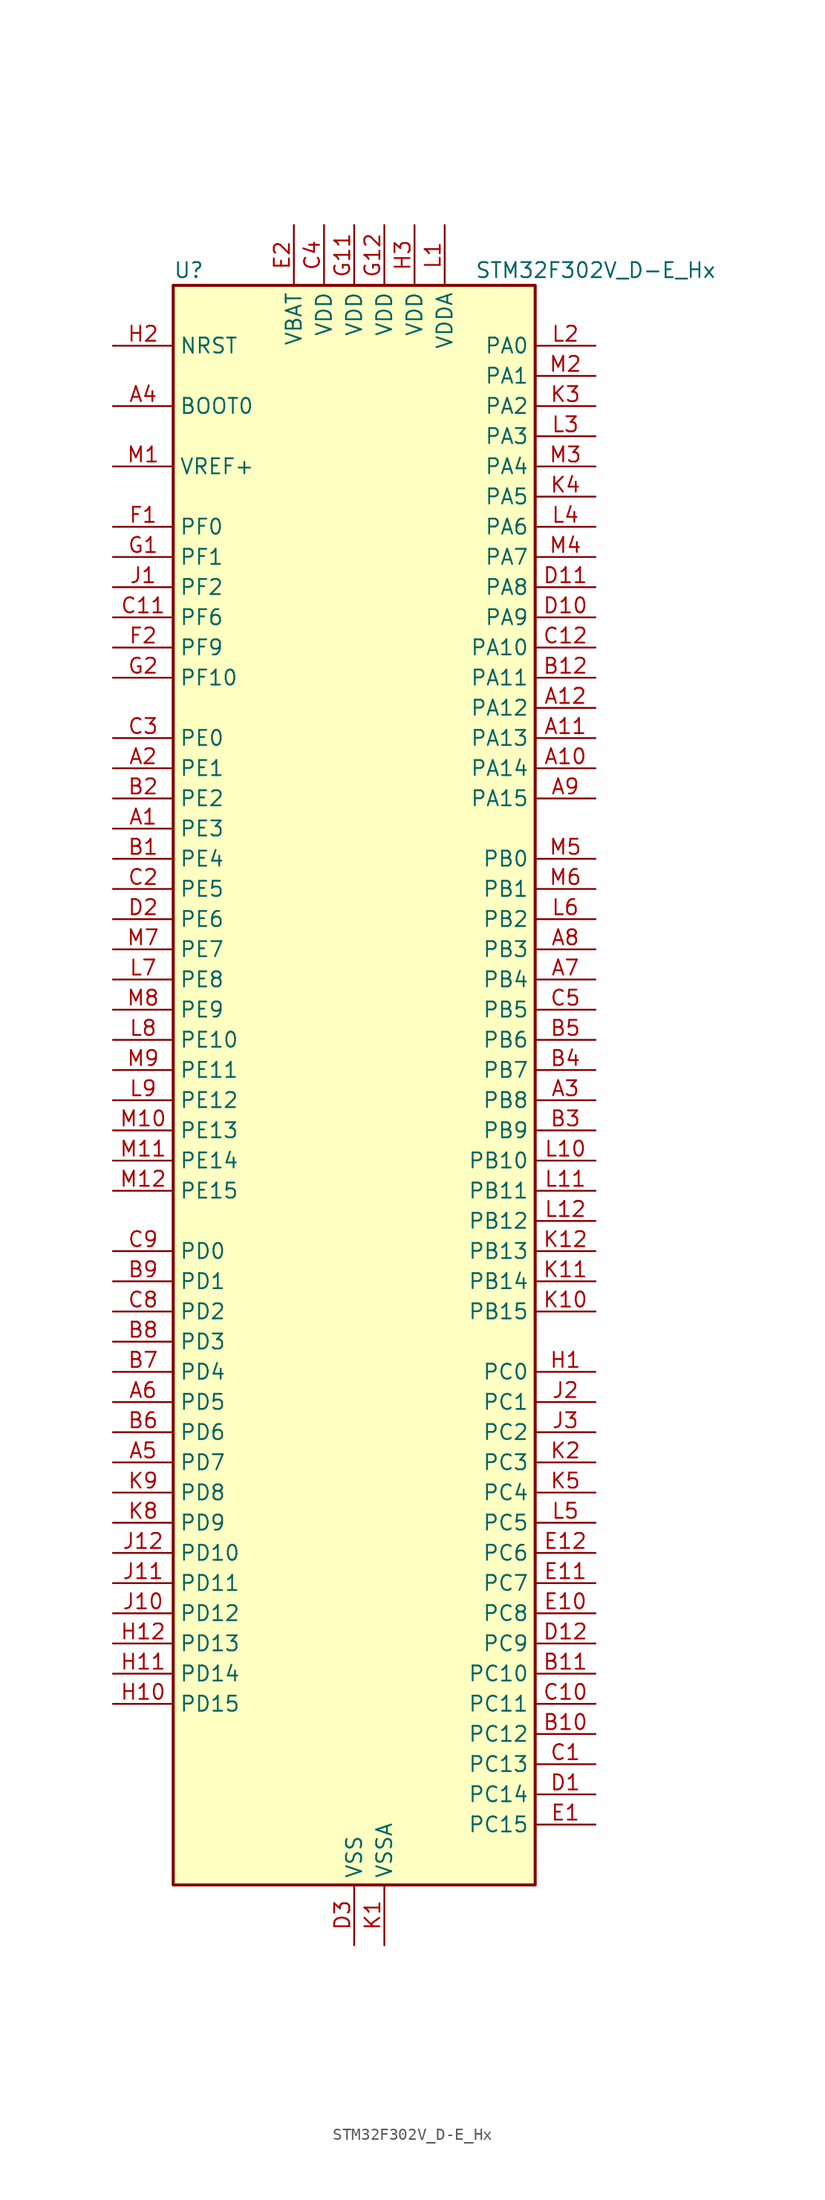
<source format=kicad_sym>
(kicad_symbol_lib
  (version 20241209)
  (generator "kicad_symbol_editor")
  (generator_version "9.0")
  (symbol "STM32F302V_D-E_Hx"
    (property "Reference" "U"
      (at -15.24 69.85 0)
      (effects (font (size 1.27 1.27)) (justify left)))
    (property "Value" "STM32F302V_D-E_Hx"
      (at 10.16 69.85 0)
      (effects (font (size 1.27 1.27)) (justify left)))
    (symbol "STM32F302V_D-E_Hx_0_1"
      (rectangle (start -15.24 -66.04) (end 15.24 68.58) (stroke (width 0.254) (type default)) (fill (type background))))
    (symbol "STM32F302V_D-E_Hx_1_1"
      (pin input line (at -20.32 63.5 0) (length 5.08) (name "NRST" (effects (font (size 1.27 1.27)))) (number "H2" (effects (font (size 1.27 1.27)))))
      (pin input line (at -20.32 58.42 0) (length 5.08) (name "BOOT0" (effects (font (size 1.27 1.27)))) (number "A4" (effects (font (size 1.27 1.27)))))
      (pin input line (at -20.32 53.34 0) (length 5.08) (name "VREF+" (effects (font (size 1.27 1.27)))) (number "M1" (effects (font (size 1.27 1.27)))))
      (pin bidirectional line (at -20.32 48.26 0) (length 5.08) (name "PF0" (effects (font (size 1.27 1.27)))) (number "F1" (effects (font (size 1.27 1.27)))) (alternate "I2C2_SDA" bidirectional line) (alternate "I2S2_WS" bidirectional line) (alternate "RCC_OSC_IN" bidirectional line) (alternate "SPI2_NSS" bidirectional line) (alternate "TIM1_CH3N" bidirectional line))
      (pin bidirectional line (at -20.32 45.72 0) (length 5.08) (name "PF1" (effects (font (size 1.27 1.27)))) (number "G1" (effects (font (size 1.27 1.27)))) (alternate "I2C2_SCL" bidirectional line) (alternate "I2S2_CK" bidirectional line) (alternate "RCC_OSC_OUT" bidirectional line) (alternate "SPI2_SCK" bidirectional line))
      (pin bidirectional line (at -20.32 43.18 0) (length 5.08) (name "PF2" (effects (font (size 1.27 1.27)))) (number "J1" (effects (font (size 1.27 1.27)))) (alternate "ADC1_IN10" bidirectional line) (alternate "ADC2_IN10" bidirectional line) (alternate "FMC_A2" bidirectional line))
      (pin bidirectional line (at -20.32 40.64 0) (length 5.08) (name "PF6" (effects (font (size 1.27 1.27)))) (number "C11" (effects (font (size 1.27 1.27)))) (alternate "FMC_NIORD" bidirectional line) (alternate "I2C2_SCL" bidirectional line) (alternate "TIM4_CH4" bidirectional line) (alternate "USART3_DE" bidirectional line) (alternate "USART3_RTS" bidirectional line))
      (pin bidirectional line (at -20.32 38.1 0) (length 5.08) (name "PF9" (effects (font (size 1.27 1.27)))) (number "F2" (effects (font (size 1.27 1.27)))) (alternate "DAC1_EXTI9" bidirectional line) (alternate "FMC_CD" bidirectional line) (alternate "SPI2_SCK" bidirectional line) (alternate "TIM15_CH1" bidirectional line))
      (pin bidirectional line (at -20.32 35.56 0) (length 5.08) (name "PF10" (effects (font (size 1.27 1.27)))) (number "G2" (effects (font (size 1.27 1.27)))) (alternate "FMC_INTR" bidirectional line) (alternate "SPI2_SCK" bidirectional line) (alternate "TIM15_CH2" bidirectional line))
      (pin bidirectional line (at -20.32 30.48 0) (length 5.08) (name "PE0" (effects (font (size 1.27 1.27)))) (number "C3" (effects (font (size 1.27 1.27)))) (alternate "FMC_NBL0" bidirectional line) (alternate "TIM16_CH1" bidirectional line) (alternate "TIM4_ETR" bidirectional line) (alternate "USART1_TX" bidirectional line))
      (pin bidirectional line (at -20.32 27.94 0) (length 5.08) (name "PE1" (effects (font (size 1.27 1.27)))) (number "A2" (effects (font (size 1.27 1.27)))) (alternate "FMC_NBL1" bidirectional line) (alternate "TIM17_CH1" bidirectional line) (alternate "USART1_RX" bidirectional line))
      (pin bidirectional line (at -20.32 25.4 0) (length 5.08) (name "PE2" (effects (font (size 1.27 1.27)))) (number "B2" (effects (font (size 1.27 1.27)))) (alternate "FMC_A23" bidirectional line) (alternate "SPI4_SCK" bidirectional line) (alternate "SYS_TRACECK" bidirectional line) (alternate "TIM3_CH1" bidirectional line) (alternate "TSC_G7_IO1" bidirectional line))
      (pin bidirectional line (at -20.32 22.86 0) (length 5.08) (name "PE3" (effects (font (size 1.27 1.27)))) (number "A1" (effects (font (size 1.27 1.27)))) (alternate "FMC_A19" bidirectional line) (alternate "SPI4_NSS" bidirectional line) (alternate "SYS_TRACED0" bidirectional line) (alternate "TIM3_CH2" bidirectional line) (alternate "TSC_G7_IO2" bidirectional line))
      (pin bidirectional line (at -20.32 20.32 0) (length 5.08) (name "PE4" (effects (font (size 1.27 1.27)))) (number "B1" (effects (font (size 1.27 1.27)))) (alternate "FMC_A20" bidirectional line) (alternate "SPI4_NSS" bidirectional line) (alternate "SYS_TRACED1" bidirectional line) (alternate "TIM3_CH3" bidirectional line) (alternate "TSC_G7_IO3" bidirectional line))
      (pin bidirectional line (at -20.32 17.78 0) (length 5.08) (name "PE5" (effects (font (size 1.27 1.27)))) (number "C2" (effects (font (size 1.27 1.27)))) (alternate "FMC_A21" bidirectional line) (alternate "SPI4_MISO" bidirectional line) (alternate "SYS_TRACED2" bidirectional line) (alternate "TIM3_CH4" bidirectional line) (alternate "TSC_G7_IO4" bidirectional line))
      (pin bidirectional line (at -20.32 15.24 0) (length 5.08) (name "PE6" (effects (font (size 1.27 1.27)))) (number "D2" (effects (font (size 1.27 1.27)))) (alternate "FMC_A22" bidirectional line) (alternate "RTC_TAMP3" bidirectional line) (alternate "SPI4_MOSI" bidirectional line) (alternate "SYS_TRACED3" bidirectional line) (alternate "SYS_WKUP3" bidirectional line))
      (pin bidirectional line (at -20.32 12.7 0) (length 5.08) (name "PE7" (effects (font (size 1.27 1.27)))) (number "M7" (effects (font (size 1.27 1.27)))) (alternate "FMC_D4" bidirectional line) (alternate "FMC_DA4" bidirectional line) (alternate "TIM1_ETR" bidirectional line))
      (pin bidirectional line (at -20.32 10.16 0) (length 5.08) (name "PE8" (effects (font (size 1.27 1.27)))) (number "L7" (effects (font (size 1.27 1.27)))) (alternate "COMP4_INM" bidirectional line) (alternate "FMC_D5" bidirectional line) (alternate "FMC_DA5" bidirectional line) (alternate "TIM1_CH1N" bidirectional line))
      (pin bidirectional line (at -20.32 7.62 0) (length 5.08) (name "PE9" (effects (font (size 1.27 1.27)))) (number "M8" (effects (font (size 1.27 1.27)))) (alternate "DAC1_EXTI9" bidirectional line) (alternate "FMC_D6" bidirectional line) (alternate "FMC_DA6" bidirectional line) (alternate "TIM1_CH1" bidirectional line))
      (pin bidirectional line (at -20.32 5.08 0) (length 5.08) (name "PE10" (effects (font (size 1.27 1.27)))) (number "L8" (effects (font (size 1.27 1.27)))) (alternate "FMC_D7" bidirectional line) (alternate "FMC_DA7" bidirectional line) (alternate "TIM1_CH2N" bidirectional line))
      (pin bidirectional line (at -20.32 2.54 0) (length 5.08) (name "PE11" (effects (font (size 1.27 1.27)))) (number "M9" (effects (font (size 1.27 1.27)))) (alternate "ADC1_EXTI11" bidirectional line) (alternate "ADC2_EXTI11" bidirectional line) (alternate "FMC_D8" bidirectional line) (alternate "FMC_DA8" bidirectional line) (alternate "SPI4_NSS" bidirectional line) (alternate "TIM1_CH2" bidirectional line))
      (pin bidirectional line (at -20.32 0 0) (length 5.08) (name "PE12" (effects (font (size 1.27 1.27)))) (number "L9" (effects (font (size 1.27 1.27)))) (alternate "FMC_D9" bidirectional line) (alternate "FMC_DA9" bidirectional line) (alternate "SPI4_SCK" bidirectional line) (alternate "TIM1_CH3N" bidirectional line))
      (pin bidirectional line (at -20.32 -2.54 0) (length 5.08) (name "PE13" (effects (font (size 1.27 1.27)))) (number "M10" (effects (font (size 1.27 1.27)))) (alternate "FMC_D10" bidirectional line) (alternate "FMC_DA10" bidirectional line) (alternate "SPI4_MISO" bidirectional line) (alternate "TIM1_CH3" bidirectional line))
      (pin bidirectional line (at -20.32 -5.08 0) (length 5.08) (name "PE14" (effects (font (size 1.27 1.27)))) (number "M11" (effects (font (size 1.27 1.27)))) (alternate "FMC_D11" bidirectional line) (alternate "FMC_DA11" bidirectional line) (alternate "SPI4_MOSI" bidirectional line) (alternate "TIM1_BKIN2" bidirectional line) (alternate "TIM1_CH4" bidirectional line))
      (pin bidirectional line (at -20.32 -7.62 0) (length 5.08) (name "PE15" (effects (font (size 1.27 1.27)))) (number "M12" (effects (font (size 1.27 1.27)))) (alternate "ADC1_EXTI15" bidirectional line) (alternate "ADC2_EXTI15" bidirectional line) (alternate "FMC_D12" bidirectional line) (alternate "FMC_DA12" bidirectional line) (alternate "TIM1_BKIN" bidirectional line) (alternate "USART3_RX" bidirectional line))
      (pin bidirectional line (at -20.32 -12.7 0) (length 5.08) (name "PD0" (effects (font (size 1.27 1.27)))) (number "C9" (effects (font (size 1.27 1.27)))) (alternate "CAN_RX" bidirectional line) (alternate "FMC_D2" bidirectional line) (alternate "FMC_DA2" bidirectional line))
      (pin bidirectional line (at -20.32 -15.24 0) (length 5.08) (name "PD1" (effects (font (size 1.27 1.27)))) (number "B9" (effects (font (size 1.27 1.27)))) (alternate "CAN_TX" bidirectional line) (alternate "FMC_D3" bidirectional line) (alternate "FMC_DA3" bidirectional line))
      (pin bidirectional line (at -20.32 -17.78 0) (length 5.08) (name "PD2" (effects (font (size 1.27 1.27)))) (number "C8" (effects (font (size 1.27 1.27)))) (alternate "TIM3_ETR" bidirectional line) (alternate "UART5_RX" bidirectional line))
      (pin bidirectional line (at -20.32 -20.32 0) (length 5.08) (name "PD3" (effects (font (size 1.27 1.27)))) (number "B8" (effects (font (size 1.27 1.27)))) (alternate "FMC_CLK" bidirectional line) (alternate "TIM2_CH1" bidirectional line) (alternate "TIM2_ETR" bidirectional line) (alternate "USART2_CTS" bidirectional line))
      (pin bidirectional line (at -20.32 -22.86 0) (length 5.08) (name "PD4" (effects (font (size 1.27 1.27)))) (number "B7" (effects (font (size 1.27 1.27)))) (alternate "FMC_NOE" bidirectional line) (alternate "TIM2_CH2" bidirectional line) (alternate "USART2_DE" bidirectional line) (alternate "USART2_RTS" bidirectional line))
      (pin bidirectional line (at -20.32 -25.4 0) (length 5.08) (name "PD5" (effects (font (size 1.27 1.27)))) (number "A6" (effects (font (size 1.27 1.27)))) (alternate "FMC_NWE" bidirectional line) (alternate "USART2_TX" bidirectional line))
      (pin bidirectional line (at -20.32 -27.94 0) (length 5.08) (name "PD6" (effects (font (size 1.27 1.27)))) (number "B6" (effects (font (size 1.27 1.27)))) (alternate "FMC_NWAIT" bidirectional line) (alternate "TIM2_CH4" bidirectional line) (alternate "USART2_RX" bidirectional line))
      (pin bidirectional line (at -20.32 -30.48 0) (length 5.08) (name "PD7" (effects (font (size 1.27 1.27)))) (number "A5" (effects (font (size 1.27 1.27)))) (alternate "FMC_NCE2" bidirectional line) (alternate "FMC_NE1" bidirectional line) (alternate "TIM2_CH3" bidirectional line) (alternate "USART2_CK" bidirectional line))
      (pin bidirectional line (at -20.32 -33.02 0) (length 5.08) (name "PD8" (effects (font (size 1.27 1.27)))) (number "K9" (effects (font (size 1.27 1.27)))) (alternate "FMC_D13" bidirectional line) (alternate "FMC_DA13" bidirectional line) (alternate "USART3_TX" bidirectional line))
      (pin bidirectional line (at -20.32 -35.56 0) (length 5.08) (name "PD9" (effects (font (size 1.27 1.27)))) (number "K8" (effects (font (size 1.27 1.27)))) (alternate "DAC1_EXTI9" bidirectional line) (alternate "FMC_D14" bidirectional line) (alternate "FMC_DA14" bidirectional line) (alternate "USART3_RX" bidirectional line))
      (pin bidirectional line (at -20.32 -38.1 0) (length 5.08) (name "PD10" (effects (font (size 1.27 1.27)))) (number "J12" (effects (font (size 1.27 1.27)))) (alternate "COMP6_INM" bidirectional line) (alternate "FMC_D15" bidirectional line) (alternate "FMC_DA15" bidirectional line) (alternate "USART3_CK" bidirectional line))
      (pin bidirectional line (at -20.32 -40.64 0) (length 5.08) (name "PD11" (effects (font (size 1.27 1.27)))) (number "J11" (effects (font (size 1.27 1.27)))) (alternate "ADC1_EXTI11" bidirectional line) (alternate "ADC2_EXTI11" bidirectional line) (alternate "FMC_A16" bidirectional line) (alternate "FMC_CLE" bidirectional line) (alternate "USART3_CTS" bidirectional line))
      (pin bidirectional line (at -20.32 -43.18 0) (length 5.08) (name "PD12" (effects (font (size 1.27 1.27)))) (number "J10" (effects (font (size 1.27 1.27)))) (alternate "FMC_A17" bidirectional line) (alternate "FMC_ALE" bidirectional line) (alternate "TIM4_CH1" bidirectional line) (alternate "TSC_G8_IO1" bidirectional line) (alternate "USART3_DE" bidirectional line) (alternate "USART3_RTS" bidirectional line))
      (pin bidirectional line (at -20.32 -45.72 0) (length 5.08) (name "PD13" (effects (font (size 1.27 1.27)))) (number "H12" (effects (font (size 1.27 1.27)))) (alternate "FMC_A18" bidirectional line) (alternate "TIM4_CH2" bidirectional line) (alternate "TSC_G8_IO2" bidirectional line))
      (pin bidirectional line (at -20.32 -48.26 0) (length 5.08) (name "PD14" (effects (font (size 1.27 1.27)))) (number "H11" (effects (font (size 1.27 1.27)))) (alternate "FMC_D0" bidirectional line) (alternate "FMC_DA0" bidirectional line) (alternate "OPAMP2_VINP" bidirectional line) (alternate "OPAMP2_VINP_SEC" bidirectional line) (alternate "TIM4_CH3" bidirectional line) (alternate "TSC_G8_IO3" bidirectional line))
      (pin bidirectional line (at -20.32 -50.8 0) (length 5.08) (name "PD15" (effects (font (size 1.27 1.27)))) (number "H10" (effects (font (size 1.27 1.27)))) (alternate "ADC1_EXTI15" bidirectional line) (alternate "ADC2_EXTI15" bidirectional line) (alternate "FMC_D1" bidirectional line) (alternate "FMC_DA1" bidirectional line) (alternate "SPI2_NSS" bidirectional line) (alternate "TIM4_CH4" bidirectional line) (alternate "TSC_G8_IO4" bidirectional line))
      (pin power_in line (at -5.08 73.66 270) (length 5.08) (name "VBAT" (effects (font (size 1.27 1.27)))) (number "E2" (effects (font (size 1.27 1.27)))))
      (pin power_in line (at -2.54 73.66 270) (length 5.08) (name "VDD" (effects (font (size 1.27 1.27)))) (number "C4" (effects (font (size 1.27 1.27)))))
      (pin power_in line (at 0 73.66 270) (length 5.08) (name "VDD" (effects (font (size 1.27 1.27)))) (number "G11" (effects (font (size 1.27 1.27)))))
      (pin power_in line (at 0 -71.12 90) (length 5.08) (name "VSS" (effects (font (size 1.27 1.27)))) (number "D3" (effects (font (size 1.27 1.27)))))
      (pin passive line (at 0 -71.12 90) (length 5.08) (hide yes) (name "VSS" (effects (font (size 1.27 1.27)))) (number "E3" (effects (font (size 1.27 1.27)))))
      (pin passive line (at 0 -71.12 90) (length 5.08) (hide yes) (name "VSS" (effects (font (size 1.27 1.27)))) (number "F11" (effects (font (size 1.27 1.27)))))
      (pin passive line (at 0 -71.12 90) (length 5.08) (hide yes) (name "VSS" (effects (font (size 1.27 1.27)))) (number "F12" (effects (font (size 1.27 1.27)))))
      (pin power_in line (at 2.54 73.66 270) (length 5.08) (name "VDD" (effects (font (size 1.27 1.27)))) (number "G12" (effects (font (size 1.27 1.27)))))
      (pin power_in line (at 2.54 -71.12 90) (length 5.08) (name "VSSA" (effects (font (size 1.27 1.27)))) (number "K1" (effects (font (size 1.27 1.27)))))
      (pin power_in line (at 5.08 73.66 270) (length 5.08) (name "VDD" (effects (font (size 1.27 1.27)))) (number "H3" (effects (font (size 1.27 1.27)))))
      (pin power_in line (at 7.62 73.66 270) (length 5.08) (name "VDDA" (effects (font (size 1.27 1.27)))) (number "L1" (effects (font (size 1.27 1.27)))))
      (pin bidirectional line (at 20.32 63.5 180) (length 5.08) (name "PA0" (effects (font (size 1.27 1.27)))) (number "L2" (effects (font (size 1.27 1.27)))) (alternate "ADC1_IN1" bidirectional line) (alternate "COMP1_INM" bidirectional line) (alternate "COMP1_OUT" bidirectional line) (alternate "RTC_TAMP2" bidirectional line) (alternate "SYS_WKUP1" bidirectional line) (alternate "TIM2_CH1" bidirectional line) (alternate "TIM2_ETR" bidirectional line) (alternate "TSC_G1_IO1" bidirectional line) (alternate "USART2_CTS" bidirectional line))
      (pin bidirectional line (at 20.32 60.96 180) (length 5.08) (name "PA1" (effects (font (size 1.27 1.27)))) (number "M2" (effects (font (size 1.27 1.27)))) (alternate "ADC1_IN2" bidirectional line) (alternate "COMP1_INP" bidirectional line) (alternate "OPAMP1_VINP" bidirectional line) (alternate "OPAMP1_VINP_SEC" bidirectional line) (alternate "RTC_REFIN" bidirectional line) (alternate "TIM15_CH1N" bidirectional line) (alternate "TIM2_CH2" bidirectional line) (alternate "TSC_G1_IO2" bidirectional line) (alternate "USART2_DE" bidirectional line) (alternate "USART2_RTS" bidirectional line))
      (pin bidirectional line (at 20.32 58.42 180) (length 5.08) (name "PA2" (effects (font (size 1.27 1.27)))) (number "K3" (effects (font (size 1.27 1.27)))) (alternate "ADC1_IN3" bidirectional line) (alternate "COMP2_INM" bidirectional line) (alternate "COMP2_OUT" bidirectional line) (alternate "OPAMP1_VOUT" bidirectional line) (alternate "TIM15_CH1" bidirectional line) (alternate "TIM2_CH3" bidirectional line) (alternate "TSC_G1_IO3" bidirectional line) (alternate "USART2_TX" bidirectional line))
      (pin bidirectional line (at 20.32 55.88 180) (length 5.08) (name "PA3" (effects (font (size 1.27 1.27)))) (number "L3" (effects (font (size 1.27 1.27)))) (alternate "ADC1_IN4" bidirectional line) (alternate "OPAMP1_VINM" bidirectional line) (alternate "OPAMP1_VINM_SEC" bidirectional line) (alternate "OPAMP1_VINP" bidirectional line) (alternate "OPAMP1_VINP_SEC" bidirectional line) (alternate "TIM15_CH2" bidirectional line) (alternate "TIM2_CH4" bidirectional line) (alternate "TSC_G1_IO4" bidirectional line) (alternate "USART2_RX" bidirectional line))
      (pin bidirectional line (at 20.32 53.34 180) (length 5.08) (name "PA4" (effects (font (size 1.27 1.27)))) (number "M3" (effects (font (size 1.27 1.27)))) (alternate "ADC2_IN1" bidirectional line) (alternate "COMP1_INM" bidirectional line) (alternate "COMP2_INM" bidirectional line) (alternate "COMP4_INM" bidirectional line) (alternate "COMP6_INM" bidirectional line) (alternate "DAC1_OUT1" bidirectional line) (alternate "I2S3_WS" bidirectional line) (alternate "SPI1_NSS" bidirectional line) (alternate "SPI3_NSS" bidirectional line) (alternate "TIM3_CH2" bidirectional line) (alternate "TSC_G2_IO1" bidirectional line) (alternate "USART2_CK" bidirectional line))
      (pin bidirectional line (at 20.32 50.8 180) (length 5.08) (name "PA5" (effects (font (size 1.27 1.27)))) (number "K4" (effects (font (size 1.27 1.27)))) (alternate "ADC2_IN2" bidirectional line) (alternate "COMP1_INM" bidirectional line) (alternate "COMP2_INM" bidirectional line) (alternate "COMP4_INM" bidirectional line) (alternate "COMP6_INM" bidirectional line) (alternate "OPAMP1_VINP" bidirectional line) (alternate "OPAMP1_VINP_SEC" bidirectional line) (alternate "OPAMP2_VINM" bidirectional line) (alternate "OPAMP2_VINM_SEC" bidirectional line) (alternate "SPI1_SCK" bidirectional line) (alternate "TIM2_CH1" bidirectional line) (alternate "TIM2_ETR" bidirectional line) (alternate "TSC_G2_IO2" bidirectional line))
      (pin bidirectional line (at 20.32 48.26 180) (length 5.08) (name "PA6" (effects (font (size 1.27 1.27)))) (number "L4" (effects (font (size 1.27 1.27)))) (alternate "ADC2_IN3" bidirectional line) (alternate "COMP1_OUT" bidirectional line) (alternate "OPAMP2_VOUT" bidirectional line) (alternate "SPI1_MISO" bidirectional line) (alternate "TIM16_CH1" bidirectional line) (alternate "TIM1_BKIN" bidirectional line) (alternate "TIM3_CH1" bidirectional line) (alternate "TSC_G2_IO3" bidirectional line))
      (pin bidirectional line (at 20.32 45.72 180) (length 5.08) (name "PA7" (effects (font (size 1.27 1.27)))) (number "M4" (effects (font (size 1.27 1.27)))) (alternate "ADC2_IN4" bidirectional line) (alternate "COMP2_INP" bidirectional line) (alternate "OPAMP1_VINP" bidirectional line) (alternate "OPAMP1_VINP_SEC" bidirectional line) (alternate "OPAMP2_VINP" bidirectional line) (alternate "OPAMP2_VINP_SEC" bidirectional line) (alternate "SPI1_MOSI" bidirectional line) (alternate "TIM17_CH1" bidirectional line) (alternate "TIM1_CH1N" bidirectional line) (alternate "TIM3_CH2" bidirectional line) (alternate "TSC_G2_IO4" bidirectional line))
      (pin bidirectional line (at 20.32 43.18 180) (length 5.08) (name "PA8" (effects (font (size 1.27 1.27)))) (number "D11" (effects (font (size 1.27 1.27)))) (alternate "I2C2_SMBA" bidirectional line) (alternate "I2C3_SCL" bidirectional line) (alternate "I2S2_MCK" bidirectional line) (alternate "RCC_MCO" bidirectional line) (alternate "TIM1_CH1" bidirectional line) (alternate "TIM4_ETR" bidirectional line) (alternate "USART1_CK" bidirectional line))
      (pin bidirectional line (at 20.32 40.64 180) (length 5.08) (name "PA9" (effects (font (size 1.27 1.27)))) (number "D10" (effects (font (size 1.27 1.27)))) (alternate "DAC1_EXTI9" bidirectional line) (alternate "I2C2_SCL" bidirectional line) (alternate "I2C3_SMBA" bidirectional line) (alternate "I2S3_MCK" bidirectional line) (alternate "TIM15_BKIN" bidirectional line) (alternate "TIM1_CH2" bidirectional line) (alternate "TIM2_CH3" bidirectional line) (alternate "TSC_G4_IO1" bidirectional line) (alternate "USART1_TX" bidirectional line))
      (pin bidirectional line (at 20.32 38.1 180) (length 5.08) (name "PA10" (effects (font (size 1.27 1.27)))) (number "C12" (effects (font (size 1.27 1.27)))) (alternate "COMP6_OUT" bidirectional line) (alternate "I2C2_SDA" bidirectional line) (alternate "I2S2_ext_SD" bidirectional line) (alternate "SPI2_MISO" bidirectional line) (alternate "TIM17_BKIN" bidirectional line) (alternate "TIM1_CH3" bidirectional line) (alternate "TIM2_CH4" bidirectional line) (alternate "TSC_G4_IO2" bidirectional line) (alternate "USART1_RX" bidirectional line))
      (pin bidirectional line (at 20.32 35.56 180) (length 5.08) (name "PA11" (effects (font (size 1.27 1.27)))) (number "B12" (effects (font (size 1.27 1.27)))) (alternate "ADC1_EXTI11" bidirectional line) (alternate "ADC2_EXTI11" bidirectional line) (alternate "CAN_RX" bidirectional line) (alternate "COMP1_OUT" bidirectional line) (alternate "I2S2_SD" bidirectional line) (alternate "SPI2_MOSI" bidirectional line) (alternate "TIM1_BKIN2" bidirectional line) (alternate "TIM1_CH1N" bidirectional line) (alternate "TIM1_CH4" bidirectional line) (alternate "TIM4_CH1" bidirectional line) (alternate "USART1_CTS" bidirectional line) (alternate "USB_DM" bidirectional line))
      (pin bidirectional line (at 20.32 33.02 180) (length 5.08) (name "PA12" (effects (font (size 1.27 1.27)))) (number "A12" (effects (font (size 1.27 1.27)))) (alternate "CAN_TX" bidirectional line) (alternate "COMP2_OUT" bidirectional line) (alternate "I2S_CKIN" bidirectional line) (alternate "TIM16_CH1" bidirectional line) (alternate "TIM1_CH2N" bidirectional line) (alternate "TIM1_ETR" bidirectional line) (alternate "TIM4_CH2" bidirectional line) (alternate "USART1_DE" bidirectional line) (alternate "USART1_RTS" bidirectional line) (alternate "USB_DP" bidirectional line))
      (pin bidirectional line (at 20.32 30.48 180) (length 5.08) (name "PA13" (effects (font (size 1.27 1.27)))) (number "A11" (effects (font (size 1.27 1.27)))) (alternate "IR_OUT" bidirectional line) (alternate "SYS_JTMS-SWDIO" bidirectional line) (alternate "TIM16_CH1N" bidirectional line) (alternate "TIM4_CH3" bidirectional line) (alternate "TSC_G4_IO3" bidirectional line) (alternate "USART3_CTS" bidirectional line))
      (pin bidirectional line (at 20.32 27.94 180) (length 5.08) (name "PA14" (effects (font (size 1.27 1.27)))) (number "A10" (effects (font (size 1.27 1.27)))) (alternate "I2C1_SDA" bidirectional line) (alternate "SYS_JTCK-SWCLK" bidirectional line) (alternate "TIM1_BKIN" bidirectional line) (alternate "TSC_G4_IO4" bidirectional line) (alternate "USART2_TX" bidirectional line))
      (pin bidirectional line (at 20.32 25.4 180) (length 5.08) (name "PA15" (effects (font (size 1.27 1.27)))) (number "A9" (effects (font (size 1.27 1.27)))) (alternate "ADC1_EXTI15" bidirectional line) (alternate "ADC2_EXTI15" bidirectional line) (alternate "I2C1_SCL" bidirectional line) (alternate "I2S3_WS" bidirectional line) (alternate "SPI1_NSS" bidirectional line) (alternate "SPI3_NSS" bidirectional line) (alternate "SYS_JTDI" bidirectional line) (alternate "TIM1_BKIN" bidirectional line) (alternate "TIM2_CH1" bidirectional line) (alternate "TIM2_ETR" bidirectional line) (alternate "TSC_SYNC" bidirectional line) (alternate "USART2_RX" bidirectional line))
      (pin bidirectional line (at 20.32 20.32 180) (length 5.08) (name "PB0" (effects (font (size 1.27 1.27)))) (number "M5" (effects (font (size 1.27 1.27)))) (alternate "COMP4_INP" bidirectional line) (alternate "OPAMP2_VINP" bidirectional line) (alternate "OPAMP2_VINP_SEC" bidirectional line) (alternate "TIM1_CH2N" bidirectional line) (alternate "TIM3_CH3" bidirectional line) (alternate "TSC_G3_IO2" bidirectional line))
      (pin bidirectional line (at 20.32 17.78 180) (length 5.08) (name "PB1" (effects (font (size 1.27 1.27)))) (number "M6" (effects (font (size 1.27 1.27)))) (alternate "COMP4_OUT" bidirectional line) (alternate "TIM1_CH3N" bidirectional line) (alternate "TIM3_CH4" bidirectional line) (alternate "TSC_G3_IO3" bidirectional line))
      (pin bidirectional line (at 20.32 15.24 180) (length 5.08) (name "PB2" (effects (font (size 1.27 1.27)))) (number "L6" (effects (font (size 1.27 1.27)))) (alternate "ADC2_IN12" bidirectional line) (alternate "COMP4_INM" bidirectional line) (alternate "TSC_G3_IO4" bidirectional line))
      (pin bidirectional line (at 20.32 12.7 180) (length 5.08) (name "PB3" (effects (font (size 1.27 1.27)))) (number "A8" (effects (font (size 1.27 1.27)))) (alternate "I2S3_CK" bidirectional line) (alternate "SPI1_SCK" bidirectional line) (alternate "SPI3_SCK" bidirectional line) (alternate "SYS_JTDO-TRACESWO" bidirectional line) (alternate "TIM2_CH2" bidirectional line) (alternate "TIM3_ETR" bidirectional line) (alternate "TIM4_ETR" bidirectional line) (alternate "TSC_G5_IO1" bidirectional line) (alternate "USART2_TX" bidirectional line))
      (pin bidirectional line (at 20.32 10.16 180) (length 5.08) (name "PB4" (effects (font (size 1.27 1.27)))) (number "A7" (effects (font (size 1.27 1.27)))) (alternate "I2S3_ext_SD" bidirectional line) (alternate "SPI1_MISO" bidirectional line) (alternate "SPI3_MISO" bidirectional line) (alternate "SYS_NJTRST" bidirectional line) (alternate "TIM16_CH1" bidirectional line) (alternate "TIM17_BKIN" bidirectional line) (alternate "TIM3_CH1" bidirectional line) (alternate "TSC_G5_IO2" bidirectional line) (alternate "USART2_RX" bidirectional line))
      (pin bidirectional line (at 20.32 7.62 180) (length 5.08) (name "PB5" (effects (font (size 1.27 1.27)))) (number "C5" (effects (font (size 1.27 1.27)))) (alternate "I2C1_SMBA" bidirectional line) (alternate "I2C3_SDA" bidirectional line) (alternate "I2S3_SD" bidirectional line) (alternate "SPI1_MOSI" bidirectional line) (alternate "SPI3_MOSI" bidirectional line) (alternate "TIM16_BKIN" bidirectional line) (alternate "TIM17_CH1" bidirectional line) (alternate "TIM3_CH2" bidirectional line) (alternate "USART2_CK" bidirectional line))
      (pin bidirectional line (at 20.32 5.08 180) (length 5.08) (name "PB6" (effects (font (size 1.27 1.27)))) (number "B5" (effects (font (size 1.27 1.27)))) (alternate "I2C1_SCL" bidirectional line) (alternate "TIM16_CH1N" bidirectional line) (alternate "TIM4_CH1" bidirectional line) (alternate "TSC_G5_IO3" bidirectional line) (alternate "USART1_TX" bidirectional line))
      (pin bidirectional line (at 20.32 2.54 180) (length 5.08) (name "PB7" (effects (font (size 1.27 1.27)))) (number "B4" (effects (font (size 1.27 1.27)))) (alternate "FMC_NL" bidirectional line) (alternate "I2C1_SDA" bidirectional line) (alternate "TIM17_CH1N" bidirectional line) (alternate "TIM3_CH4" bidirectional line) (alternate "TIM4_CH2" bidirectional line) (alternate "TSC_G5_IO4" bidirectional line) (alternate "USART1_RX" bidirectional line))
      (pin bidirectional line (at 20.32 0 180) (length 5.08) (name "PB8" (effects (font (size 1.27 1.27)))) (number "A3" (effects (font (size 1.27 1.27)))) (alternate "CAN_RX" bidirectional line) (alternate "COMP1_OUT" bidirectional line) (alternate "I2C1_SCL" bidirectional line) (alternate "TIM16_CH1" bidirectional line) (alternate "TIM1_BKIN" bidirectional line) (alternate "TIM4_CH3" bidirectional line) (alternate "TSC_SYNC" bidirectional line) (alternate "USART3_RX" bidirectional line))
      (pin bidirectional line (at 20.32 -2.54 180) (length 5.08) (name "PB9" (effects (font (size 1.27 1.27)))) (number "B3" (effects (font (size 1.27 1.27)))) (alternate "CAN_TX" bidirectional line) (alternate "COMP2_OUT" bidirectional line) (alternate "DAC1_EXTI9" bidirectional line) (alternate "I2C1_SDA" bidirectional line) (alternate "IR_OUT" bidirectional line) (alternate "TIM17_CH1" bidirectional line) (alternate "TIM4_CH4" bidirectional line) (alternate "USART3_TX" bidirectional line))
      (pin bidirectional line (at 20.32 -5.08 180) (length 5.08) (name "PB10" (effects (font (size 1.27 1.27)))) (number "L10" (effects (font (size 1.27 1.27)))) (alternate "TIM2_CH3" bidirectional line) (alternate "TSC_SYNC" bidirectional line) (alternate "USART3_TX" bidirectional line))
      (pin bidirectional line (at 20.32 -7.62 180) (length 5.08) (name "PB11" (effects (font (size 1.27 1.27)))) (number "L11" (effects (font (size 1.27 1.27)))) (alternate "ADC1_EXTI11" bidirectional line) (alternate "ADC1_IN14" bidirectional line) (alternate "ADC2_EXTI11" bidirectional line) (alternate "ADC2_IN14" bidirectional line) (alternate "COMP6_INP" bidirectional line) (alternate "TIM2_CH4" bidirectional line) (alternate "TSC_G6_IO1" bidirectional line) (alternate "USART3_RX" bidirectional line))
      (pin bidirectional line (at 20.32 -10.16 180) (length 5.08) (name "PB12" (effects (font (size 1.27 1.27)))) (number "L12" (effects (font (size 1.27 1.27)))) (alternate "I2C2_SMBA" bidirectional line) (alternate "I2S2_WS" bidirectional line) (alternate "SPI2_NSS" bidirectional line) (alternate "TIM1_BKIN" bidirectional line) (alternate "TSC_G6_IO2" bidirectional line) (alternate "USART3_CK" bidirectional line))
      (pin bidirectional line (at 20.32 -12.7 180) (length 5.08) (name "PB13" (effects (font (size 1.27 1.27)))) (number "K12" (effects (font (size 1.27 1.27)))) (alternate "I2S2_CK" bidirectional line) (alternate "SPI2_SCK" bidirectional line) (alternate "TIM1_CH1N" bidirectional line) (alternate "TSC_G6_IO3" bidirectional line) (alternate "USART3_CTS" bidirectional line))
      (pin bidirectional line (at 20.32 -15.24 180) (length 5.08) (name "PB14" (effects (font (size 1.27 1.27)))) (number "K11" (effects (font (size 1.27 1.27)))) (alternate "I2S2_ext_SD" bidirectional line) (alternate "OPAMP2_VINP" bidirectional line) (alternate "OPAMP2_VINP_SEC" bidirectional line) (alternate "SPI2_MISO" bidirectional line) (alternate "TIM15_CH1" bidirectional line) (alternate "TIM1_CH2N" bidirectional line) (alternate "TSC_G6_IO4" bidirectional line) (alternate "USART3_DE" bidirectional line) (alternate "USART3_RTS" bidirectional line))
      (pin bidirectional line (at 20.32 -17.78 180) (length 5.08) (name "PB15" (effects (font (size 1.27 1.27)))) (number "K10" (effects (font (size 1.27 1.27)))) (alternate "ADC1_EXTI15" bidirectional line) (alternate "ADC2_EXTI15" bidirectional line) (alternate "COMP6_INM" bidirectional line) (alternate "I2S2_SD" bidirectional line) (alternate "RTC_REFIN" bidirectional line) (alternate "SPI2_MOSI" bidirectional line) (alternate "TIM15_CH1N" bidirectional line) (alternate "TIM15_CH2" bidirectional line) (alternate "TIM1_CH3N" bidirectional line))
      (pin bidirectional line (at 20.32 -22.86 180) (length 5.08) (name "PC0" (effects (font (size 1.27 1.27)))) (number "H1" (effects (font (size 1.27 1.27)))) (alternate "ADC1_IN6" bidirectional line) (alternate "ADC2_IN6" bidirectional line) (alternate "TIM1_CH1" bidirectional line))
      (pin bidirectional line (at 20.32 -25.4 180) (length 5.08) (name "PC1" (effects (font (size 1.27 1.27)))) (number "J2" (effects (font (size 1.27 1.27)))) (alternate "ADC1_IN7" bidirectional line) (alternate "ADC2_IN7" bidirectional line) (alternate "TIM1_CH2" bidirectional line))
      (pin bidirectional line (at 20.32 -27.94 180) (length 5.08) (name "PC2" (effects (font (size 1.27 1.27)))) (number "J3" (effects (font (size 1.27 1.27)))) (alternate "ADC1_IN8" bidirectional line) (alternate "ADC2_IN8" bidirectional line) (alternate "TIM1_CH3" bidirectional line))
      (pin bidirectional line (at 20.32 -30.48 180) (length 5.08) (name "PC3" (effects (font (size 1.27 1.27)))) (number "K2" (effects (font (size 1.27 1.27)))) (alternate "ADC1_IN9" bidirectional line) (alternate "ADC2_IN9" bidirectional line) (alternate "TIM1_BKIN2" bidirectional line) (alternate "TIM1_CH4" bidirectional line))
      (pin bidirectional line (at 20.32 -33.02 180) (length 5.08) (name "PC4" (effects (font (size 1.27 1.27)))) (number "K5" (effects (font (size 1.27 1.27)))) (alternate "ADC2_IN5" bidirectional line) (alternate "TIM1_ETR" bidirectional line) (alternate "USART1_TX" bidirectional line))
      (pin bidirectional line (at 20.32 -35.56 180) (length 5.08) (name "PC5" (effects (font (size 1.27 1.27)))) (number "L5" (effects (font (size 1.27 1.27)))) (alternate "ADC2_IN11" bidirectional line) (alternate "OPAMP1_VINM" bidirectional line) (alternate "OPAMP1_VINM_SEC" bidirectional line) (alternate "OPAMP2_VINM" bidirectional line) (alternate "OPAMP2_VINM_SEC" bidirectional line) (alternate "TIM15_BKIN" bidirectional line) (alternate "TSC_G3_IO1" bidirectional line) (alternate "USART1_RX" bidirectional line))
      (pin bidirectional line (at 20.32 -38.1 180) (length 5.08) (name "PC6" (effects (font (size 1.27 1.27)))) (number "E12" (effects (font (size 1.27 1.27)))) (alternate "COMP6_OUT" bidirectional line) (alternate "I2S2_MCK" bidirectional line) (alternate "TIM3_CH1" bidirectional line))
      (pin bidirectional line (at 20.32 -40.64 180) (length 5.08) (name "PC7" (effects (font (size 1.27 1.27)))) (number "E11" (effects (font (size 1.27 1.27)))) (alternate "I2S3_MCK" bidirectional line) (alternate "TIM3_CH2" bidirectional line))
      (pin bidirectional line (at 20.32 -43.18 180) (length 5.08) (name "PC8" (effects (font (size 1.27 1.27)))) (number "E10" (effects (font (size 1.27 1.27)))) (alternate "TIM3_CH3" bidirectional line))
      (pin bidirectional line (at 20.32 -45.72 180) (length 5.08) (name "PC9" (effects (font (size 1.27 1.27)))) (number "D12" (effects (font (size 1.27 1.27)))) (alternate "DAC1_EXTI9" bidirectional line) (alternate "I2C3_SDA" bidirectional line) (alternate "I2S_CKIN" bidirectional line) (alternate "TIM3_CH4" bidirectional line))
      (pin bidirectional line (at 20.32 -48.26 180) (length 5.08) (name "PC10" (effects (font (size 1.27 1.27)))) (number "B11" (effects (font (size 1.27 1.27)))) (alternate "I2S3_CK" bidirectional line) (alternate "SPI3_SCK" bidirectional line) (alternate "UART4_TX" bidirectional line) (alternate "USART3_TX" bidirectional line))
      (pin bidirectional line (at 20.32 -50.8 180) (length 5.08) (name "PC11" (effects (font (size 1.27 1.27)))) (number "C10" (effects (font (size 1.27 1.27)))) (alternate "ADC1_EXTI11" bidirectional line) (alternate "ADC2_EXTI11" bidirectional line) (alternate "I2S3_ext_SD" bidirectional line) (alternate "SPI3_MISO" bidirectional line) (alternate "UART4_RX" bidirectional line) (alternate "USART3_RX" bidirectional line))
      (pin bidirectional line (at 20.32 -53.34 180) (length 5.08) (name "PC12" (effects (font (size 1.27 1.27)))) (number "B10" (effects (font (size 1.27 1.27)))) (alternate "I2S3_SD" bidirectional line) (alternate "SPI3_MOSI" bidirectional line) (alternate "UART5_TX" bidirectional line) (alternate "USART3_CK" bidirectional line))
      (pin bidirectional line (at 20.32 -55.88 180) (length 5.08) (name "PC13" (effects (font (size 1.27 1.27)))) (number "C1" (effects (font (size 1.27 1.27)))) (alternate "RTC_OUT_ALARM" bidirectional line) (alternate "RTC_OUT_CALIB" bidirectional line) (alternate "RTC_TAMP1" bidirectional line) (alternate "RTC_TS" bidirectional line) (alternate "SYS_WKUP2" bidirectional line) (alternate "TIM1_CH1N" bidirectional line))
      (pin bidirectional line (at 20.32 -58.42 180) (length 5.08) (name "PC14" (effects (font (size 1.27 1.27)))) (number "D1" (effects (font (size 1.27 1.27)))) (alternate "RCC_OSC32_IN" bidirectional line))
      (pin bidirectional line (at 20.32 -60.96 180) (length 5.08) (name "PC15" (effects (font (size 1.27 1.27)))) (number "E1" (effects (font (size 1.27 1.27)))) (alternate "ADC1_EXTI15" bidirectional line) (alternate "ADC2_EXTI15" bidirectional line) (alternate "RCC_OSC32_OUT" bidirectional line)))))
</source>
